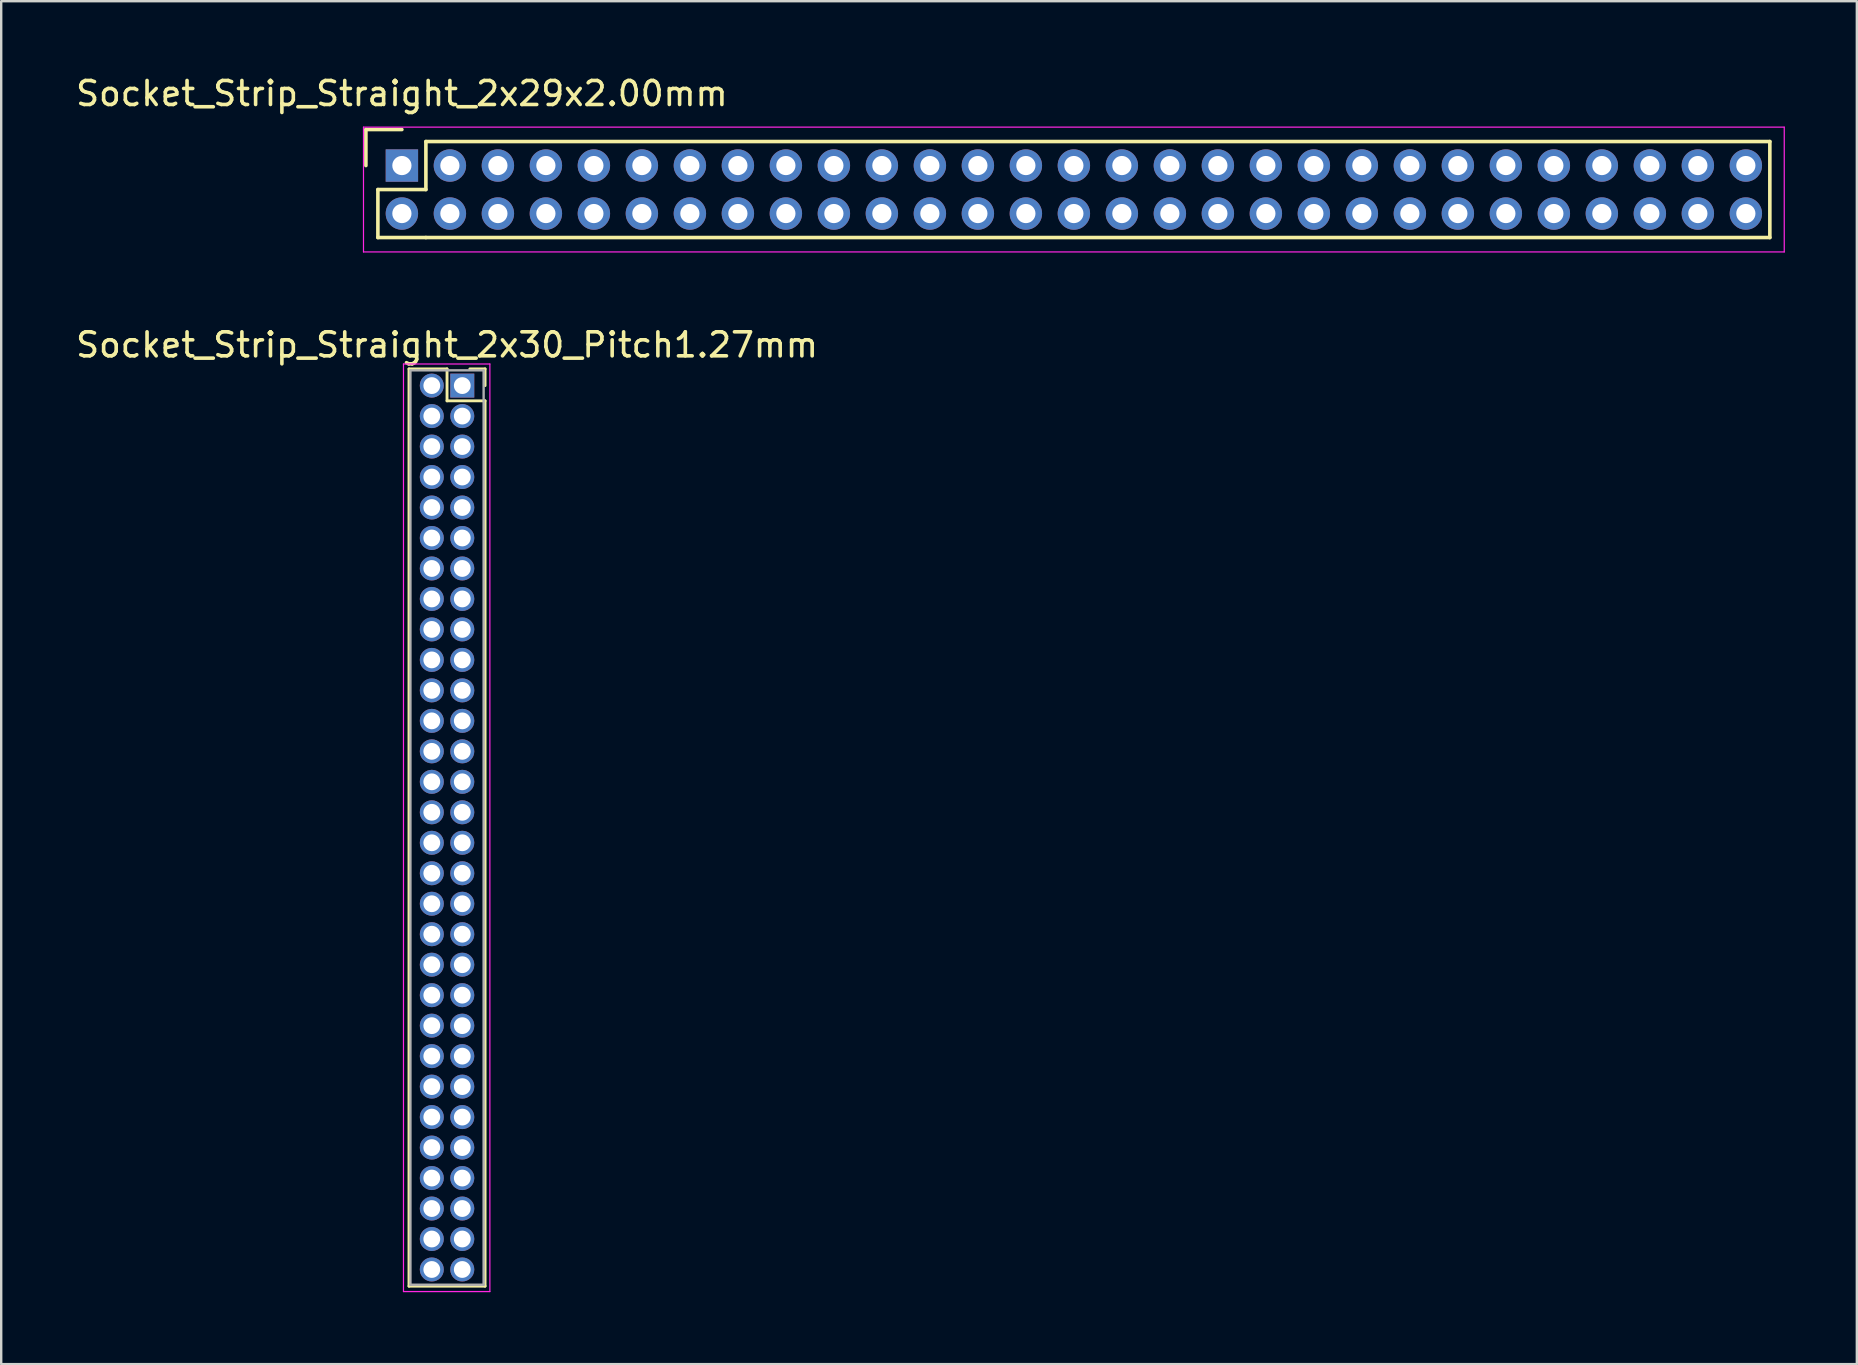
<source format=kicad_pcb>
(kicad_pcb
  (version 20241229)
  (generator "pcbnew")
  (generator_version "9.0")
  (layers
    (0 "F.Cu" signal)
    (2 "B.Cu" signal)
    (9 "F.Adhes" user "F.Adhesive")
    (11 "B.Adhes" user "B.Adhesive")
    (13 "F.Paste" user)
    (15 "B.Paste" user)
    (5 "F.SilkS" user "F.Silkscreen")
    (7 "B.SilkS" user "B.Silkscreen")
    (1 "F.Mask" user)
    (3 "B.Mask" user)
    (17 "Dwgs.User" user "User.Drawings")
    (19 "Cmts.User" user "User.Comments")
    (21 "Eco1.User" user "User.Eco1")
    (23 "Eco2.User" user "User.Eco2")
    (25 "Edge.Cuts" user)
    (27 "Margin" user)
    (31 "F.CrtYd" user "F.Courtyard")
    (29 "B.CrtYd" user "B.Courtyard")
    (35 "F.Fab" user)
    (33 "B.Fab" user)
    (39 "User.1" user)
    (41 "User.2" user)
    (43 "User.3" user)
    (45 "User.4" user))
  (footprint "Socket_Strip_Straight_2x29x2.00mm"
    (layer "F.Cu")
    (at 13.696 3.848)
    (property "Reference" "Socket_Strip_Straight_2x29x2.00mm" (at 0 -3 0) (layer "F.SilkS") (effects (font (size 1 1) (thickness 0.15))))
    (attr through_hole)
    (fp_line (start -1.5 -1.5) (end -1.5 0) (stroke (width 0.15) (type solid)) (layer "F.SilkS"))
    (fp_line (start -1 1) (end -1 3) (stroke (width 0.15) (type solid)) (layer "F.SilkS"))
    (fp_line (start -1 3) (end 1 3) (stroke (width 0.15) (type solid)) (layer "F.SilkS"))
    (fp_line (start 0 -1.5) (end -1.5 -1.5) (stroke (width 0.15) (type solid)) (layer "F.SilkS"))
    (fp_line (start 1 -1) (end 1 1) (stroke (width 0.15) (type solid)) (layer "F.SilkS"))
    (fp_line (start 1 1) (end -1 1) (stroke (width 0.15) (type solid)) (layer "F.SilkS"))
    (fp_line (start 1 3) (end 57 3) (stroke (width 0.15) (type solid)) (layer "F.SilkS"))
    (fp_line (start 57 -1) (end 1 -1) (stroke (width 0.15) (type solid)) (layer "F.SilkS"))
    (fp_line (start 57 3) (end 57 -1) (stroke (width 0.15) (type solid)) (layer "F.SilkS"))
    (fp_line (start -1.6 -1.6) (end -1.6 3.6) (stroke (width 0.05) (type solid)) (layer "F.CrtYd"))
    (fp_line (start -1.6 3.6) (end 57.6 3.6) (stroke (width 0.05) (type solid)) (layer "F.CrtYd"))
    (fp_line (start 57.6 -1.6) (end -1.6 -1.6) (stroke (width 0.05) (type solid)) (layer "F.CrtYd"))
    (fp_line (start 57.6 3.6) (end 57.6 -1.6) (stroke (width 0.05) (type solid)) (layer "F.CrtYd"))
    (pad "1" thru_hole rect (at 0 0) (size 1.35 1.35) (drill 0.8) (layers "*.Cu" "*.Mask"))
    (pad "2" thru_hole circle (at 0 2) (size 1.35 1.35) (drill 0.8) (layers "*.Cu" "*.Mask"))
    (pad "3" thru_hole circle (at 2 0) (size 1.35 1.35) (drill 0.8) (layers "*.Cu" "*.Mask"))
    (pad "4" thru_hole circle (at 2 2) (size 1.35 1.35) (drill 0.8) (layers "*.Cu" "*.Mask"))
    (pad "5" thru_hole circle (at 4 0) (size 1.35 1.35) (drill 0.8) (layers "*.Cu" "*.Mask"))
    (pad "6" thru_hole circle (at 4 2) (size 1.35 1.35) (drill 0.8) (layers "*.Cu" "*.Mask"))
    (pad "7" thru_hole circle (at 6 0) (size 1.35 1.35) (drill 0.8) (layers "*.Cu" "*.Mask"))
    (pad "8" thru_hole circle (at 6 2) (size 1.35 1.35) (drill 0.8) (layers "*.Cu" "*.Mask"))
    (pad "9" thru_hole circle (at 8 0) (size 1.35 1.35) (drill 0.8) (layers "*.Cu" "*.Mask"))
    (pad "10" thru_hole circle (at 8 2) (size 1.35 1.35) (drill 0.8) (layers "*.Cu" "*.Mask"))
    (pad "11" thru_hole circle (at 10 0) (size 1.35 1.35) (drill 0.8) (layers "*.Cu" "*.Mask"))
    (pad "12" thru_hole circle (at 10 2) (size 1.35 1.35) (drill 0.8) (layers "*.Cu" "*.Mask"))
    (pad "13" thru_hole circle (at 12 0) (size 1.35 1.35) (drill 0.8) (layers "*.Cu" "*.Mask"))
    (pad "14" thru_hole circle (at 12 2) (size 1.35 1.35) (drill 0.8) (layers "*.Cu" "*.Mask"))
    (pad "15" thru_hole circle (at 14 0) (size 1.35 1.35) (drill 0.8) (layers "*.Cu" "*.Mask"))
    (pad "16" thru_hole circle (at 14 2) (size 1.35 1.35) (drill 0.8) (layers "*.Cu" "*.Mask"))
    (pad "17" thru_hole circle (at 16 0) (size 1.35 1.35) (drill 0.8) (layers "*.Cu" "*.Mask"))
    (pad "18" thru_hole circle (at 16 2) (size 1.35 1.35) (drill 0.8) (layers "*.Cu" "*.Mask"))
    (pad "19" thru_hole circle (at 18 0) (size 1.35 1.35) (drill 0.8) (layers "*.Cu" "*.Mask"))
    (pad "20" thru_hole circle (at 18 2) (size 1.35 1.35) (drill 0.8) (layers "*.Cu" "*.Mask"))
    (pad "21" thru_hole circle (at 20 0) (size 1.35 1.35) (drill 0.8) (layers "*.Cu" "*.Mask"))
    (pad "22" thru_hole circle (at 20 2) (size 1.35 1.35) (drill 0.8) (layers "*.Cu" "*.Mask"))
    (pad "23" thru_hole circle (at 22 0) (size 1.35 1.35) (drill 0.8) (layers "*.Cu" "*.Mask"))
    (pad "24" thru_hole circle (at 22 2) (size 1.35 1.35) (drill 0.8) (layers "*.Cu" "*.Mask"))
    (pad "25" thru_hole circle (at 24 0) (size 1.35 1.35) (drill 0.8) (layers "*.Cu" "*.Mask"))
    (pad "26" thru_hole circle (at 24 2) (size 1.35 1.35) (drill 0.8) (layers "*.Cu" "*.Mask"))
    (pad "27" thru_hole circle (at 26 0) (size 1.35 1.35) (drill 0.8) (layers "*.Cu" "*.Mask"))
    (pad "28" thru_hole circle (at 26 2) (size 1.35 1.35) (drill 0.8) (layers "*.Cu" "*.Mask"))
    (pad "29" thru_hole circle (at 28 0) (size 1.35 1.35) (drill 0.8) (layers "*.Cu" "*.Mask"))
    (pad "30" thru_hole circle (at 28 2) (size 1.35 1.35) (drill 0.8) (layers "*.Cu" "*.Mask"))
    (pad "31" thru_hole circle (at 30 0) (size 1.35 1.35) (drill 0.8) (layers "*.Cu" "*.Mask"))
    (pad "32" thru_hole circle (at 30 2) (size 1.35 1.35) (drill 0.8) (layers "*.Cu" "*.Mask"))
    (pad "33" thru_hole circle (at 32 0) (size 1.35 1.35) (drill 0.8) (layers "*.Cu" "*.Mask"))
    (pad "34" thru_hole circle (at 32 2) (size 1.35 1.35) (drill 0.8) (layers "*.Cu" "*.Mask"))
    (pad "35" thru_hole circle (at 34 0) (size 1.35 1.35) (drill 0.8) (layers "*.Cu" "*.Mask"))
    (pad "36" thru_hole circle (at 34 2) (size 1.35 1.35) (drill 0.8) (layers "*.Cu" "*.Mask"))
    (pad "37" thru_hole circle (at 36 0) (size 1.35 1.35) (drill 0.8) (layers "*.Cu" "*.Mask"))
    (pad "38" thru_hole circle (at 36 2) (size 1.35 1.35) (drill 0.8) (layers "*.Cu" "*.Mask"))
    (pad "39" thru_hole circle (at 38 0) (size 1.35 1.35) (drill 0.8) (layers "*.Cu" "*.Mask"))
    (pad "40" thru_hole circle (at 38 2) (size 1.35 1.35) (drill 0.8) (layers "*.Cu" "*.Mask"))
    (pad "41" thru_hole circle (at 40 0) (size 1.35 1.35) (drill 0.8) (layers "*.Cu" "*.Mask"))
    (pad "42" thru_hole circle (at 40 2) (size 1.35 1.35) (drill 0.8) (layers "*.Cu" "*.Mask"))
    (pad "43" thru_hole circle (at 42 0) (size 1.35 1.35) (drill 0.8) (layers "*.Cu" "*.Mask"))
    (pad "44" thru_hole circle (at 42 2) (size 1.35 1.35) (drill 0.8) (layers "*.Cu" "*.Mask"))
    (pad "45" thru_hole circle (at 44 0) (size 1.35 1.35) (drill 0.8) (layers "*.Cu" "*.Mask"))
    (pad "46" thru_hole circle (at 44 2) (size 1.35 1.35) (drill 0.8) (layers "*.Cu" "*.Mask"))
    (pad "47" thru_hole circle (at 46 0) (size 1.35 1.35) (drill 0.8) (layers "*.Cu" "*.Mask"))
    (pad "48" thru_hole circle (at 46 2) (size 1.35 1.35) (drill 0.8) (layers "*.Cu" "*.Mask"))
    (pad "49" thru_hole circle (at 48 0) (size 1.35 1.35) (drill 0.8) (layers "*.Cu" "*.Mask"))
    (pad "50" thru_hole circle (at 48 2) (size 1.35 1.35) (drill 0.8) (layers "*.Cu" "*.Mask"))
    (pad "51" thru_hole circle (at 50 0) (size 1.35 1.35) (drill 0.8) (layers "*.Cu" "*.Mask"))
    (pad "52" thru_hole circle (at 50 2) (size 1.35 1.35) (drill 0.8) (layers "*.Cu" "*.Mask"))
    (pad "53" thru_hole circle (at 52 0) (size 1.35 1.35) (drill 0.8) (layers "*.Cu" "*.Mask"))
    (pad "54" thru_hole circle (at 52 2) (size 1.35 1.35) (drill 0.8) (layers "*.Cu" "*.Mask"))
    (pad "55" thru_hole circle (at 54 0) (size 1.35 1.35) (drill 0.8) (layers "*.Cu" "*.Mask"))
    (pad "56" thru_hole circle (at 54 2) (size 1.35 1.35) (drill 0.8) (layers "*.Cu" "*.Mask"))
    (pad "57" thru_hole circle (at 56 0) (size 1.35 1.35) (drill 0.8) (layers "*.Cu" "*.Mask"))
    (pad "58" thru_hole circle (at 56 2) (size 1.35 1.35) (drill 0.8) (layers "*.Cu" "*.Mask")))
  (footprint "Socket_Strip_Straight_2x30_Pitch1.27mm"
    (layer "F.Cu")
    (at 16.212 13.017)
    (property "Reference" "Socket_Strip_Straight_2x30_Pitch1.27mm" (at -0.635 -1.695 0) (layer "F.SilkS") (effects (font (size 1 1) (thickness 0.15))))
    (attr through_hole)
    (fp_line (start -2.22 -0.695) (end -0.635 -0.695) (stroke (width 0.12) (type solid)) (layer "F.SilkS"))
    (fp_line (start -2.22 37.525) (end -2.22 -0.695) (stroke (width 0.12) (type solid)) (layer "F.SilkS"))
    (fp_line (start -0.635 -0.695) (end -0.635 0.635) (stroke (width 0.12) (type solid)) (layer "F.SilkS"))
    (fp_line (start -0.635 0.635) (end 0.95 0.635) (stroke (width 0.12) (type solid)) (layer "F.SilkS"))
    (fp_line (start 0.95 -0.695) (end 0.315 -0.695) (stroke (width 0.12) (type solid)) (layer "F.SilkS"))
    (fp_line (start 0.95 0) (end 0.95 -0.695) (stroke (width 0.12) (type solid)) (layer "F.SilkS"))
    (fp_line (start 0.95 0.635) (end 0.95 37.525) (stroke (width 0.12) (type solid)) (layer "F.SilkS"))
    (fp_line (start 0.95 37.525) (end -2.22 37.525) (stroke (width 0.12) (type solid)) (layer "F.SilkS"))
    (fp_line (start -2.45 -0.9) (end -2.45 37.75) (stroke (width 0.05) (type solid)) (layer "F.CrtYd"))
    (fp_line (start -2.45 37.75) (end 1.15 37.75) (stroke (width 0.05) (type solid)) (layer "F.CrtYd"))
    (fp_line (start 1.15 -0.9) (end -2.45 -0.9) (stroke (width 0.05) (type solid)) (layer "F.CrtYd"))
    (fp_line (start 1.15 37.75) (end 1.15 -0.9) (stroke (width 0.05) (type solid)) (layer "F.CrtYd"))
    (fp_line (start -2.16 -0.635) (end -2.16 37.465) (stroke (width 0.1) (type solid)) (layer "F.Fab"))
    (fp_line (start -2.16 37.465) (end 0.89 37.465) (stroke (width 0.1) (type solid)) (layer "F.Fab"))
    (fp_line (start 0.89 -0.635) (end -2.16 -0.635) (stroke (width 0.1) (type solid)) (layer "F.Fab"))
    (fp_line (start 0.89 37.465) (end 0.89 -0.635) (stroke (width 0.1) (type solid)) (layer "F.Fab"))
    (pad "1" thru_hole rect (at 0 0) (size 1 1) (drill 0.7) (layers "*.Cu" "*.Mask"))
    (pad "2" thru_hole oval (at -1.27 0) (size 1 1) (drill 0.7) (layers "*.Cu" "*.Mask"))
    (pad "3" thru_hole oval (at 0 1.27) (size 1 1) (drill 0.7) (layers "*.Cu" "*.Mask"))
    (pad "4" thru_hole oval (at -1.27 1.27) (size 1 1) (drill 0.7) (layers "*.Cu" "*.Mask"))
    (pad "5" thru_hole oval (at 0 2.54) (size 1 1) (drill 0.7) (layers "*.Cu" "*.Mask"))
    (pad "6" thru_hole oval (at -1.27 2.54) (size 1 1) (drill 0.7) (layers "*.Cu" "*.Mask"))
    (pad "7" thru_hole oval (at 0 3.81) (size 1 1) (drill 0.7) (layers "*.Cu" "*.Mask"))
    (pad "8" thru_hole oval (at -1.27 3.81) (size 1 1) (drill 0.7) (layers "*.Cu" "*.Mask"))
    (pad "9" thru_hole oval (at 0 5.08) (size 1 1) (drill 0.7) (layers "*.Cu" "*.Mask"))
    (pad "10" thru_hole oval (at -1.27 5.08) (size 1 1) (drill 0.7) (layers "*.Cu" "*.Mask"))
    (pad "11" thru_hole oval (at 0 6.35) (size 1 1) (drill 0.7) (layers "*.Cu" "*.Mask"))
    (pad "12" thru_hole oval (at -1.27 6.35) (size 1 1) (drill 0.7) (layers "*.Cu" "*.Mask"))
    (pad "13" thru_hole oval (at 0 7.62) (size 1 1) (drill 0.7) (layers "*.Cu" "*.Mask"))
    (pad "14" thru_hole oval (at -1.27 7.62) (size 1 1) (drill 0.7) (layers "*.Cu" "*.Mask"))
    (pad "15" thru_hole oval (at 0 8.89) (size 1 1) (drill 0.7) (layers "*.Cu" "*.Mask"))
    (pad "16" thru_hole oval (at -1.27 8.89) (size 1 1) (drill 0.7) (layers "*.Cu" "*.Mask"))
    (pad "17" thru_hole oval (at 0 10.16) (size 1 1) (drill 0.7) (layers "*.Cu" "*.Mask"))
    (pad "18" thru_hole oval (at -1.27 10.16) (size 1 1) (drill 0.7) (layers "*.Cu" "*.Mask"))
    (pad "19" thru_hole oval (at 0 11.43) (size 1 1) (drill 0.7) (layers "*.Cu" "*.Mask"))
    (pad "20" thru_hole oval (at -1.27 11.43) (size 1 1) (drill 0.7) (layers "*.Cu" "*.Mask"))
    (pad "21" thru_hole oval (at 0 12.7) (size 1 1) (drill 0.7) (layers "*.Cu" "*.Mask"))
    (pad "22" thru_hole oval (at -1.27 12.7) (size 1 1) (drill 0.7) (layers "*.Cu" "*.Mask"))
    (pad "23" thru_hole oval (at 0 13.97) (size 1 1) (drill 0.7) (layers "*.Cu" "*.Mask"))
    (pad "24" thru_hole oval (at -1.27 13.97) (size 1 1) (drill 0.7) (layers "*.Cu" "*.Mask"))
    (pad "25" thru_hole oval (at 0 15.24) (size 1 1) (drill 0.7) (layers "*.Cu" "*.Mask"))
    (pad "26" thru_hole oval (at -1.27 15.24) (size 1 1) (drill 0.7) (layers "*.Cu" "*.Mask"))
    (pad "27" thru_hole oval (at 0 16.51) (size 1 1) (drill 0.7) (layers "*.Cu" "*.Mask"))
    (pad "28" thru_hole oval (at -1.27 16.51) (size 1 1) (drill 0.7) (layers "*.Cu" "*.Mask"))
    (pad "29" thru_hole oval (at 0 17.78) (size 1 1) (drill 0.7) (layers "*.Cu" "*.Mask"))
    (pad "30" thru_hole oval (at -1.27 17.78) (size 1 1) (drill 0.7) (layers "*.Cu" "*.Mask"))
    (pad "31" thru_hole oval (at 0 19.05) (size 1 1) (drill 0.7) (layers "*.Cu" "*.Mask"))
    (pad "32" thru_hole oval (at -1.27 19.05) (size 1 1) (drill 0.7) (layers "*.Cu" "*.Mask"))
    (pad "33" thru_hole oval (at 0 20.32) (size 1 1) (drill 0.7) (layers "*.Cu" "*.Mask"))
    (pad "34" thru_hole oval (at -1.27 20.32) (size 1 1) (drill 0.7) (layers "*.Cu" "*.Mask"))
    (pad "35" thru_hole oval (at 0 21.59) (size 1 1) (drill 0.7) (layers "*.Cu" "*.Mask"))
    (pad "36" thru_hole oval (at -1.27 21.59) (size 1 1) (drill 0.7) (layers "*.Cu" "*.Mask"))
    (pad "37" thru_hole oval (at 0 22.86) (size 1 1) (drill 0.7) (layers "*.Cu" "*.Mask"))
    (pad "38" thru_hole oval (at -1.27 22.86) (size 1 1) (drill 0.7) (layers "*.Cu" "*.Mask"))
    (pad "39" thru_hole oval (at 0 24.13) (size 1 1) (drill 0.7) (layers "*.Cu" "*.Mask"))
    (pad "40" thru_hole oval (at -1.27 24.13) (size 1 1) (drill 0.7) (layers "*.Cu" "*.Mask"))
    (pad "41" thru_hole oval (at 0 25.4) (size 1 1) (drill 0.7) (layers "*.Cu" "*.Mask"))
    (pad "42" thru_hole oval (at -1.27 25.4) (size 1 1) (drill 0.7) (layers "*.Cu" "*.Mask"))
    (pad "43" thru_hole oval (at 0 26.67) (size 1 1) (drill 0.7) (layers "*.Cu" "*.Mask"))
    (pad "44" thru_hole oval (at -1.27 26.67) (size 1 1) (drill 0.7) (layers "*.Cu" "*.Mask"))
    (pad "45" thru_hole oval (at 0 27.94) (size 1 1) (drill 0.7) (layers "*.Cu" "*.Mask"))
    (pad "46" thru_hole oval (at -1.27 27.94) (size 1 1) (drill 0.7) (layers "*.Cu" "*.Mask"))
    (pad "47" thru_hole oval (at 0 29.21) (size 1 1) (drill 0.7) (layers "*.Cu" "*.Mask"))
    (pad "48" thru_hole oval (at -1.27 29.21) (size 1 1) (drill 0.7) (layers "*.Cu" "*.Mask"))
    (pad "49" thru_hole oval (at 0 30.48) (size 1 1) (drill 0.7) (layers "*.Cu" "*.Mask"))
    (pad "50" thru_hole oval (at -1.27 30.48) (size 1 1) (drill 0.7) (layers "*.Cu" "*.Mask"))
    (pad "51" thru_hole oval (at 0 31.75) (size 1 1) (drill 0.7) (layers "*.Cu" "*.Mask"))
    (pad "52" thru_hole oval (at -1.27 31.75) (size 1 1) (drill 0.7) (layers "*.Cu" "*.Mask"))
    (pad "53" thru_hole oval (at 0 33.02) (size 1 1) (drill 0.7) (layers "*.Cu" "*.Mask"))
    (pad "54" thru_hole oval (at -1.27 33.02) (size 1 1) (drill 0.7) (layers "*.Cu" "*.Mask"))
    (pad "55" thru_hole oval (at 0 34.29) (size 1 1) (drill 0.7) (layers "*.Cu" "*.Mask"))
    (pad "56" thru_hole oval (at -1.27 34.29) (size 1 1) (drill 0.7) (layers "*.Cu" "*.Mask"))
    (pad "57" thru_hole oval (at 0 35.56) (size 1 1) (drill 0.7) (layers "*.Cu" "*.Mask"))
    (pad "58" thru_hole oval (at -1.27 35.56) (size 1 1) (drill 0.7) (layers "*.Cu" "*.Mask"))
    (pad "59" thru_hole oval (at 0 36.83) (size 1 1) (drill 0.7) (layers "*.Cu" "*.Mask"))
    (pad "60" thru_hole oval (at -1.27 36.83) (size 1 1) (drill 0.7) (layers "*.Cu" "*.Mask")))
  (gr_rect
    (start -3 -3)
    (end 74.321 53.791)
    (stroke (width 0.1) (type default))
    (fill no)
    (layer "Edge.Cuts")))
</source>
